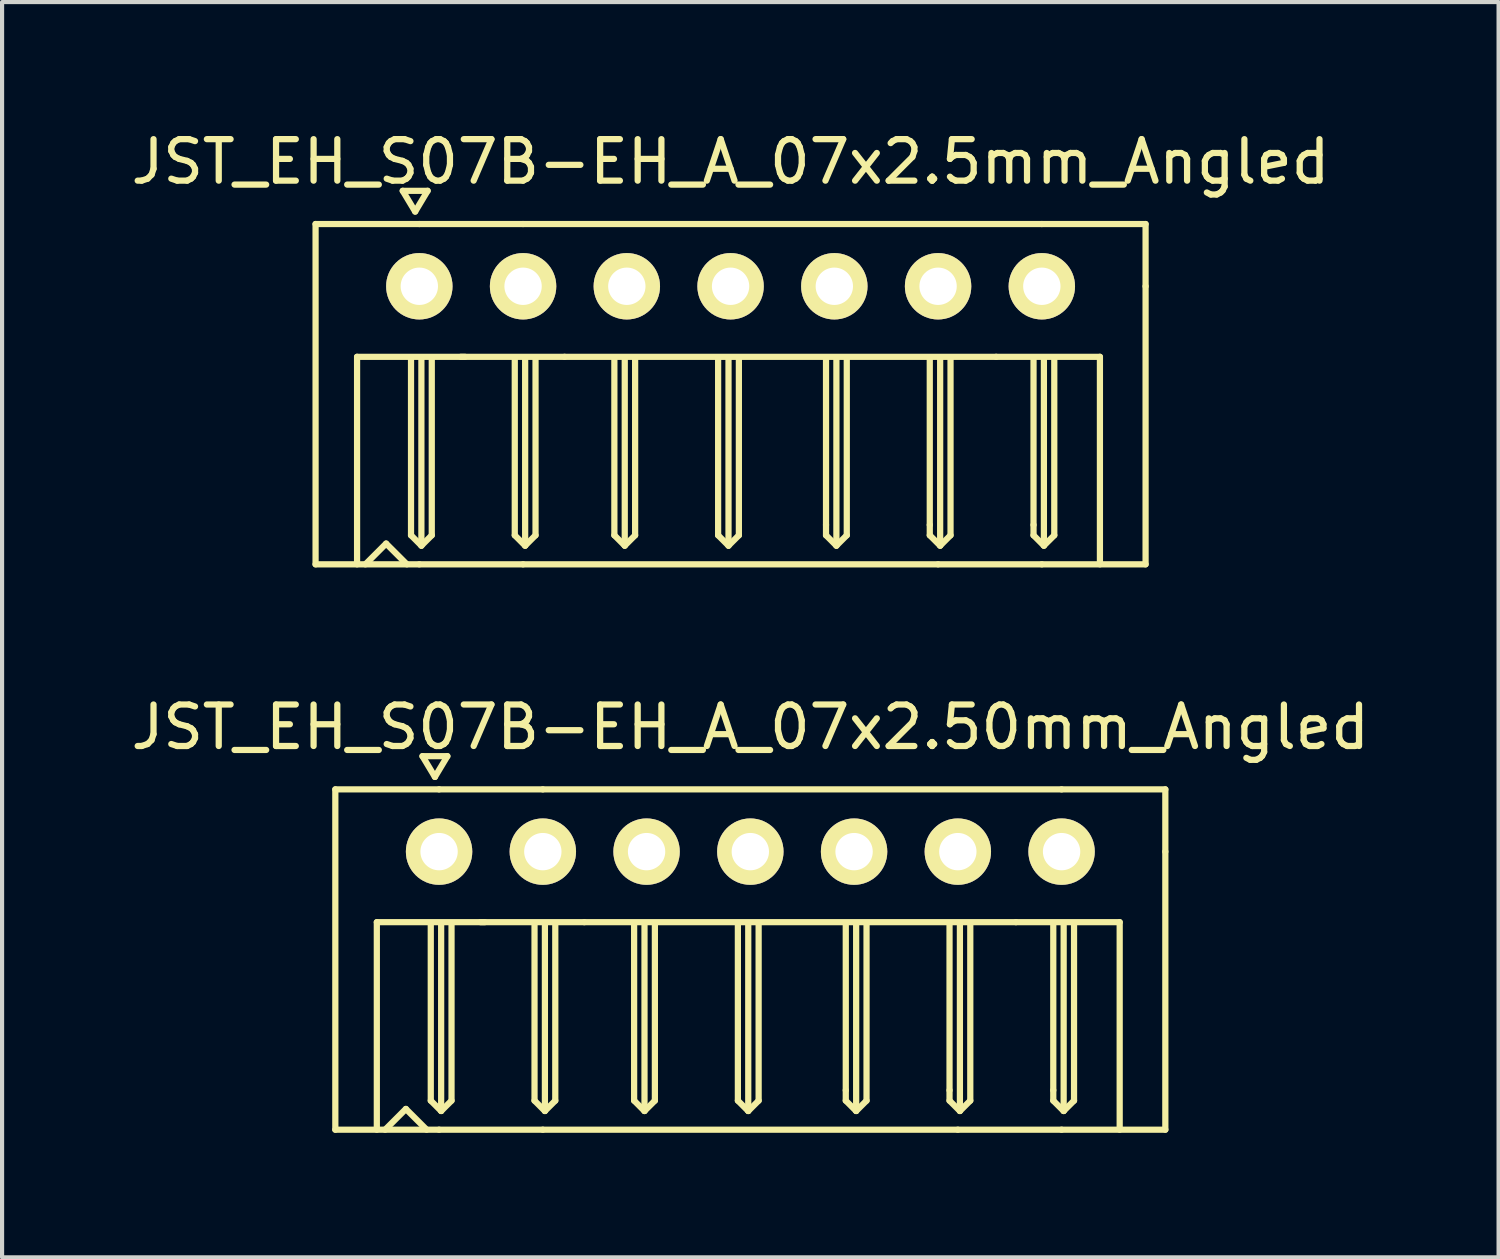
<source format=kicad_pcb>
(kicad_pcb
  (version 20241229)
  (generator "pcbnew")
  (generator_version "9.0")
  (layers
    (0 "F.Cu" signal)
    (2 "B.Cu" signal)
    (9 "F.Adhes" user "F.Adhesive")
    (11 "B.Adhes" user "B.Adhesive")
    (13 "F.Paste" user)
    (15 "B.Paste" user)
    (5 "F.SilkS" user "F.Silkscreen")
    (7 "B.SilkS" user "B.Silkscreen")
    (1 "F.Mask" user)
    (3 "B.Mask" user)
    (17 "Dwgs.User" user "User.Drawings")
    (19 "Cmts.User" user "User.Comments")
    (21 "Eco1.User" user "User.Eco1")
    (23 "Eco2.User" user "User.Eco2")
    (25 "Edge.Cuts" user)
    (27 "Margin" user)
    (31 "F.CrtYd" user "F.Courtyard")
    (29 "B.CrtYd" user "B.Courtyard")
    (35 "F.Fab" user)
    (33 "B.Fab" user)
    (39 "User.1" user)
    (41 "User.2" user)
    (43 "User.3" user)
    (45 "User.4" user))
  (footprint "JST_EH_S07B-EH_A_07x2.50mm_Angled"
    (layer "F.Cu")
    (at 15.03 17.471)
    (property "Reference" "JST_EH_S07B-EH_A_07x2.50mm_Angled" (at 0 -3 0) (layer "F.SilkS") (effects (font (size 1 1) (thickness 0.15))))
    (attr through_hole)
    (fp_line (start -10 -1.5) (end -10 6.7) (stroke (width 0.15) (type solid)) (layer "F.SilkS"))
    (fp_line (start -9 1.7) (end -9 6.7) (stroke (width 0.15) (type solid)) (layer "F.SilkS"))
    (fp_line (start -9 1.7) (end -6.4 1.7) (stroke (width 0.15) (type solid)) (layer "F.SilkS"))
    (fp_line (start -8.3 6.2) (end -8.8 6.7) (stroke (width 0.15) (type solid)) (layer "F.SilkS"))
    (fp_line (start -8.3 6.2) (end -7.8 6.7) (stroke (width 0.15) (type solid)) (layer "F.SilkS"))
    (fp_line (start -7.9 -2.3) (end -7.6 -1.8) (stroke (width 0.15) (type solid)) (layer "F.SilkS"))
    (fp_line (start -7.7 6) (end -7.7 1.75) (stroke (width 0.15) (type solid)) (layer "F.SilkS"))
    (fp_line (start -7.6 -1.8) (end -7.3 -2.3) (stroke (width 0.15) (type solid)) (layer "F.SilkS"))
    (fp_line (start -7.5 -1.5) (end -10 -1.5) (stroke (width 0.15) (type solid)) (layer "F.SilkS"))
    (fp_line (start -7.5 6.7) (end -10 6.7) (stroke (width 0.15) (type solid)) (layer "F.SilkS"))
    (fp_line (start -7.5 6.7) (end -5 6.7) (stroke (width 0.15) (type solid)) (layer "F.SilkS"))
    (fp_line (start -7.45 6.25) (end -7.7 6) (stroke (width 0.15) (type solid)) (layer "F.SilkS"))
    (fp_line (start -7.45 6.25) (end -7.45 1.75) (stroke (width 0.15) (type solid)) (layer "F.SilkS"))
    (fp_line (start -7.3 -2.3) (end -7.9 -2.3) (stroke (width 0.15) (type solid)) (layer "F.SilkS"))
    (fp_line (start -7.2 1.75) (end -7.2 6) (stroke (width 0.15) (type solid)) (layer "F.SilkS"))
    (fp_line (start -7.2 6) (end -7.45 6.25) (stroke (width 0.15) (type solid)) (layer "F.SilkS"))
    (fp_line (start -6.5 1.7) (end -4 1.7) (stroke (width 0.15) (type solid)) (layer "F.SilkS"))
    (fp_line (start -5.2 6) (end -5.2 1.75) (stroke (width 0.15) (type solid)) (layer "F.SilkS"))
    (fp_line (start -5 -1.5) (end -7.5 -1.5) (stroke (width 0.15) (type solid)) (layer "F.SilkS"))
    (fp_line (start -5 6.7) (end 5 6.7) (stroke (width 0.15) (type solid)) (layer "F.SilkS"))
    (fp_line (start -4.95 6.25) (end -5.2 6) (stroke (width 0.15) (type solid)) (layer "F.SilkS"))
    (fp_line (start -4.95 6.25) (end -4.95 1.75) (stroke (width 0.15) (type solid)) (layer "F.SilkS"))
    (fp_line (start -4.7 1.75) (end -4.7 6) (stroke (width 0.15) (type solid)) (layer "F.SilkS"))
    (fp_line (start -4.7 6) (end -4.95 6.25) (stroke (width 0.15) (type solid)) (layer "F.SilkS"))
    (fp_line (start -4 1.7) (end 6.4 1.7) (stroke (width 0.15) (type solid)) (layer "F.SilkS"))
    (fp_line (start -2.8 6) (end -2.8 1.75) (stroke (width 0.15) (type solid)) (layer "F.SilkS"))
    (fp_line (start -2.55 6.25) (end -2.8 6) (stroke (width 0.15) (type solid)) (layer "F.SilkS"))
    (fp_line (start -2.55 6.25) (end -2.55 1.75) (stroke (width 0.15) (type solid)) (layer "F.SilkS"))
    (fp_line (start -2.3 1.75) (end -2.3 6) (stroke (width 0.15) (type solid)) (layer "F.SilkS"))
    (fp_line (start -2.3 6) (end -2.55 6.25) (stroke (width 0.15) (type solid)) (layer "F.SilkS"))
    (fp_line (start -0.3 6) (end -0.3 1.75) (stroke (width 0.15) (type solid)) (layer "F.SilkS"))
    (fp_line (start -0.05 1.75) (end -0.05 6.25) (stroke (width 0.15) (type solid)) (layer "F.SilkS"))
    (fp_line (start -0.05 6.25) (end -0.3 6) (stroke (width 0.15) (type solid)) (layer "F.SilkS"))
    (fp_line (start 0.2 1.75) (end 0.2 6) (stroke (width 0.15) (type solid)) (layer "F.SilkS"))
    (fp_line (start 0.2 6) (end -0.05 6.25) (stroke (width 0.15) (type solid)) (layer "F.SilkS"))
    (fp_line (start 2.3 1.75) (end 2.3 5.75) (stroke (width 0.15) (type solid)) (layer "F.SilkS"))
    (fp_line (start 2.3 5.75) (end 2.3 6) (stroke (width 0.15) (type solid)) (layer "F.SilkS"))
    (fp_line (start 2.3 6) (end 2.55 6.25) (stroke (width 0.15) (type solid)) (layer "F.SilkS"))
    (fp_line (start 2.55 6.25) (end 2.55 1.75) (stroke (width 0.15) (type solid)) (layer "F.SilkS"))
    (fp_line (start 2.55 6.25) (end 2.8 6) (stroke (width 0.15) (type solid)) (layer "F.SilkS"))
    (fp_line (start 2.8 6) (end 2.8 1.75) (stroke (width 0.15) (type solid)) (layer "F.SilkS"))
    (fp_line (start 4.8 1.75) (end 4.8 5.75) (stroke (width 0.15) (type solid)) (layer "F.SilkS"))
    (fp_line (start 4.8 5.75) (end 4.8 6) (stroke (width 0.15) (type solid)) (layer "F.SilkS"))
    (fp_line (start 4.8 6) (end 5.05 6.25) (stroke (width 0.15) (type solid)) (layer "F.SilkS"))
    (fp_line (start 5 6.7) (end 7.5 6.7) (stroke (width 0.15) (type solid)) (layer "F.SilkS"))
    (fp_line (start 5.05 6.25) (end 5.05 1.75) (stroke (width 0.15) (type solid)) (layer "F.SilkS"))
    (fp_line (start 5.05 6.25) (end 5.3 6) (stroke (width 0.15) (type solid)) (layer "F.SilkS"))
    (fp_line (start 5.3 6) (end 5.3 1.75) (stroke (width 0.15) (type solid)) (layer "F.SilkS"))
    (fp_line (start 7.3 1.75) (end 7.3 5.75) (stroke (width 0.15) (type solid)) (layer "F.SilkS"))
    (fp_line (start 7.3 5.75) (end 7.3 6) (stroke (width 0.15) (type solid)) (layer "F.SilkS"))
    (fp_line (start 7.3 6) (end 7.55 6.25) (stroke (width 0.15) (type solid)) (layer "F.SilkS"))
    (fp_line (start 7.5 -1.5) (end -5 -1.5) (stroke (width 0.15) (type solid)) (layer "F.SilkS"))
    (fp_line (start 7.5 6.7) (end 10 6.7) (stroke (width 0.15) (type solid)) (layer "F.SilkS"))
    (fp_line (start 7.55 6.25) (end 7.55 1.75) (stroke (width 0.15) (type solid)) (layer "F.SilkS"))
    (fp_line (start 7.55 6.25) (end 7.8 6) (stroke (width 0.15) (type solid)) (layer "F.SilkS"))
    (fp_line (start 7.8 6) (end 7.8 1.75) (stroke (width 0.15) (type solid)) (layer "F.SilkS"))
    (fp_line (start 8.9 1.7) (end 6.4 1.7) (stroke (width 0.15) (type solid)) (layer "F.SilkS"))
    (fp_line (start 8.9 1.7) (end 8.9 6.7) (stroke (width 0.15) (type solid)) (layer "F.SilkS"))
    (fp_line (start 10 -1.5) (end 7.5 -1.5) (stroke (width 0.15) (type solid)) (layer "F.SilkS"))
    (fp_line (start 10 -1.5) (end 10 0) (stroke (width 0.15) (type solid)) (layer "F.SilkS"))
    (fp_line (start 10 6.7) (end 10 0) (stroke (width 0.15) (type solid)) (layer "F.SilkS"))
    (pad "1" thru_hole circle (at -7.5 0) (size 1.6 1.6) (drill 0.9) (layers "*.Cu" "*.Mask" "F.SilkS"))
    (pad "2" thru_hole circle (at -5 0) (size 1.6 1.6) (drill 0.9) (layers "*.Cu" "*.Mask" "F.SilkS"))
    (pad "3" thru_hole circle (at -2.5 0) (size 1.6 1.6) (drill 0.9) (layers "*.Cu" "*.Mask" "F.SilkS"))
    (pad "4" thru_hole circle (at 0 0) (size 1.6 1.6) (drill 0.9) (layers "*.Cu" "*.Mask" "F.SilkS"))
    (pad "5" thru_hole circle (at 2.5 0) (size 1.6 1.6) (drill 0.9) (layers "*.Cu" "*.Mask" "F.SilkS"))
    (pad "6" thru_hole circle (at 5 0) (size 1.6 1.6) (drill 0.9) (layers "*.Cu" "*.Mask" "F.SilkS"))
    (pad "7" thru_hole circle (at 7.5 0) (size 1.6 1.6) (drill 0.9) (layers "*.Cu" "*.Mask" "F.SilkS")))
  (footprint "JST_EH_S07B-EH_A_07x2.5mm_Angled"
    (layer "F.Cu")
    (at 14.554 3.848)
    (property "Reference" "JST_EH_S07B-EH_A_07x2.5mm_Angled" (at 0 -3 0) (layer "F.SilkS") (effects (font (size 1 1) (thickness 0.15))))
    (attr through_hole)
    (fp_line (start -10 -1.5) (end -10 6.7) (stroke (width 0.15) (type solid)) (layer "F.SilkS"))
    (fp_line (start -9 1.7) (end -9 6.7) (stroke (width 0.15) (type solid)) (layer "F.SilkS"))
    (fp_line (start -9 1.7) (end -6.4 1.7) (stroke (width 0.15) (type solid)) (layer "F.SilkS"))
    (fp_line (start -8.3 6.2) (end -8.8 6.7) (stroke (width 0.15) (type solid)) (layer "F.SilkS"))
    (fp_line (start -8.3 6.2) (end -7.8 6.7) (stroke (width 0.15) (type solid)) (layer "F.SilkS"))
    (fp_line (start -7.9 -2.3) (end -7.6 -1.8) (stroke (width 0.15) (type solid)) (layer "F.SilkS"))
    (fp_line (start -7.7 6) (end -7.7 1.75) (stroke (width 0.15) (type solid)) (layer "F.SilkS"))
    (fp_line (start -7.6 -1.8) (end -7.3 -2.3) (stroke (width 0.15) (type solid)) (layer "F.SilkS"))
    (fp_line (start -7.5 -1.5) (end -10 -1.5) (stroke (width 0.15) (type solid)) (layer "F.SilkS"))
    (fp_line (start -7.5 6.7) (end -10 6.7) (stroke (width 0.15) (type solid)) (layer "F.SilkS"))
    (fp_line (start -7.5 6.7) (end -5 6.7) (stroke (width 0.15) (type solid)) (layer "F.SilkS"))
    (fp_line (start -7.45 6.25) (end -7.7 6) (stroke (width 0.15) (type solid)) (layer "F.SilkS"))
    (fp_line (start -7.45 6.25) (end -7.45 1.75) (stroke (width 0.15) (type solid)) (layer "F.SilkS"))
    (fp_line (start -7.3 -2.3) (end -7.9 -2.3) (stroke (width 0.15) (type solid)) (layer "F.SilkS"))
    (fp_line (start -7.2 1.75) (end -7.2 6) (stroke (width 0.15) (type solid)) (layer "F.SilkS"))
    (fp_line (start -7.2 6) (end -7.45 6.25) (stroke (width 0.15) (type solid)) (layer "F.SilkS"))
    (fp_line (start -6.5 1.7) (end -4 1.7) (stroke (width 0.15) (type solid)) (layer "F.SilkS"))
    (fp_line (start -5.2 6) (end -5.2 1.75) (stroke (width 0.15) (type solid)) (layer "F.SilkS"))
    (fp_line (start -5 -1.5) (end -7.5 -1.5) (stroke (width 0.15) (type solid)) (layer "F.SilkS"))
    (fp_line (start -5 6.7) (end 5 6.7) (stroke (width 0.15) (type solid)) (layer "F.SilkS"))
    (fp_line (start -4.95 6.25) (end -5.2 6) (stroke (width 0.15) (type solid)) (layer "F.SilkS"))
    (fp_line (start -4.95 6.25) (end -4.95 1.75) (stroke (width 0.15) (type solid)) (layer "F.SilkS"))
    (fp_line (start -4.7 1.75) (end -4.7 6) (stroke (width 0.15) (type solid)) (layer "F.SilkS"))
    (fp_line (start -4.7 6) (end -4.95 6.25) (stroke (width 0.15) (type solid)) (layer "F.SilkS"))
    (fp_line (start -4 1.7) (end 6.4 1.7) (stroke (width 0.15) (type solid)) (layer "F.SilkS"))
    (fp_line (start -2.8 6) (end -2.8 1.75) (stroke (width 0.15) (type solid)) (layer "F.SilkS"))
    (fp_line (start -2.55 6.25) (end -2.8 6) (stroke (width 0.15) (type solid)) (layer "F.SilkS"))
    (fp_line (start -2.55 6.25) (end -2.55 1.75) (stroke (width 0.15) (type solid)) (layer "F.SilkS"))
    (fp_line (start -2.3 1.75) (end -2.3 6) (stroke (width 0.15) (type solid)) (layer "F.SilkS"))
    (fp_line (start -2.3 6) (end -2.55 6.25) (stroke (width 0.15) (type solid)) (layer "F.SilkS"))
    (fp_line (start -0.3 6) (end -0.3 1.75) (stroke (width 0.15) (type solid)) (layer "F.SilkS"))
    (fp_line (start -0.05 1.75) (end -0.05 6.25) (stroke (width 0.15) (type solid)) (layer "F.SilkS"))
    (fp_line (start -0.05 6.25) (end -0.3 6) (stroke (width 0.15) (type solid)) (layer "F.SilkS"))
    (fp_line (start 0.2 1.75) (end 0.2 6) (stroke (width 0.15) (type solid)) (layer "F.SilkS"))
    (fp_line (start 0.2 6) (end -0.05 6.25) (stroke (width 0.15) (type solid)) (layer "F.SilkS"))
    (fp_line (start 2.3 1.75) (end 2.3 5.75) (stroke (width 0.15) (type solid)) (layer "F.SilkS"))
    (fp_line (start 2.3 5.75) (end 2.3 6) (stroke (width 0.15) (type solid)) (layer "F.SilkS"))
    (fp_line (start 2.3 6) (end 2.55 6.25) (stroke (width 0.15) (type solid)) (layer "F.SilkS"))
    (fp_line (start 2.55 6.25) (end 2.55 1.75) (stroke (width 0.15) (type solid)) (layer "F.SilkS"))
    (fp_line (start 2.55 6.25) (end 2.8 6) (stroke (width 0.15) (type solid)) (layer "F.SilkS"))
    (fp_line (start 2.8 6) (end 2.8 1.75) (stroke (width 0.15) (type solid)) (layer "F.SilkS"))
    (fp_line (start 4.8 1.75) (end 4.8 5.75) (stroke (width 0.15) (type solid)) (layer "F.SilkS"))
    (fp_line (start 4.8 5.75) (end 4.8 6) (stroke (width 0.15) (type solid)) (layer "F.SilkS"))
    (fp_line (start 4.8 6) (end 5.05 6.25) (stroke (width 0.15) (type solid)) (layer "F.SilkS"))
    (fp_line (start 5 6.7) (end 7.5 6.7) (stroke (width 0.15) (type solid)) (layer "F.SilkS"))
    (fp_line (start 5.05 6.25) (end 5.05 1.75) (stroke (width 0.15) (type solid)) (layer "F.SilkS"))
    (fp_line (start 5.05 6.25) (end 5.3 6) (stroke (width 0.15) (type solid)) (layer "F.SilkS"))
    (fp_line (start 5.3 6) (end 5.3 1.75) (stroke (width 0.15) (type solid)) (layer "F.SilkS"))
    (fp_line (start 7.3 1.75) (end 7.3 5.75) (stroke (width 0.15) (type solid)) (layer "F.SilkS"))
    (fp_line (start 7.3 5.75) (end 7.3 6) (stroke (width 0.15) (type solid)) (layer "F.SilkS"))
    (fp_line (start 7.3 6) (end 7.55 6.25) (stroke (width 0.15) (type solid)) (layer "F.SilkS"))
    (fp_line (start 7.5 -1.5) (end -5 -1.5) (stroke (width 0.15) (type solid)) (layer "F.SilkS"))
    (fp_line (start 7.5 6.7) (end 10 6.7) (stroke (width 0.15) (type solid)) (layer "F.SilkS"))
    (fp_line (start 7.55 6.25) (end 7.55 1.75) (stroke (width 0.15) (type solid)) (layer "F.SilkS"))
    (fp_line (start 7.55 6.25) (end 7.8 6) (stroke (width 0.15) (type solid)) (layer "F.SilkS"))
    (fp_line (start 7.8 6) (end 7.8 1.75) (stroke (width 0.15) (type solid)) (layer "F.SilkS"))
    (fp_line (start 8.9 1.7) (end 6.4 1.7) (stroke (width 0.15) (type solid)) (layer "F.SilkS"))
    (fp_line (start 8.9 1.7) (end 8.9 6.7) (stroke (width 0.15) (type solid)) (layer "F.SilkS"))
    (fp_line (start 10 -1.5) (end 7.5 -1.5) (stroke (width 0.15) (type solid)) (layer "F.SilkS"))
    (fp_line (start 10 -1.5) (end 10 0) (stroke (width 0.15) (type solid)) (layer "F.SilkS"))
    (fp_line (start 10 6.7) (end 10 0) (stroke (width 0.15) (type solid)) (layer "F.SilkS"))
    (pad "1" thru_hole circle (at -7.5 0) (size 1.6 1.6) (drill 0.9) (layers "*.Cu" "*.Mask" "F.SilkS"))
    (pad "2" thru_hole circle (at -5 0) (size 1.6 1.6) (drill 0.9) (layers "*.Cu" "*.Mask" "F.SilkS"))
    (pad "3" thru_hole circle (at -2.5 0) (size 1.6 1.6) (drill 0.9) (layers "*.Cu" "*.Mask" "F.SilkS"))
    (pad "4" thru_hole circle (at 0 0) (size 1.6 1.6) (drill 0.9) (layers "*.Cu" "*.Mask" "F.SilkS"))
    (pad "5" thru_hole circle (at 2.5 0) (size 1.6 1.6) (drill 0.9) (layers "*.Cu" "*.Mask" "F.SilkS"))
    (pad "6" thru_hole circle (at 5 0) (size 1.6 1.6) (drill 0.9) (layers "*.Cu" "*.Mask" "F.SilkS"))
    (pad "7" thru_hole circle (at 7.5 0) (size 1.6 1.6) (drill 0.9) (layers "*.Cu" "*.Mask" "F.SilkS")))
  (gr_rect
    (start -3 -3)
    (end 33.06 27.247)
    (stroke (width 0.1) (type default))
    (fill no)
    (layer "Edge.Cuts")))
</source>
